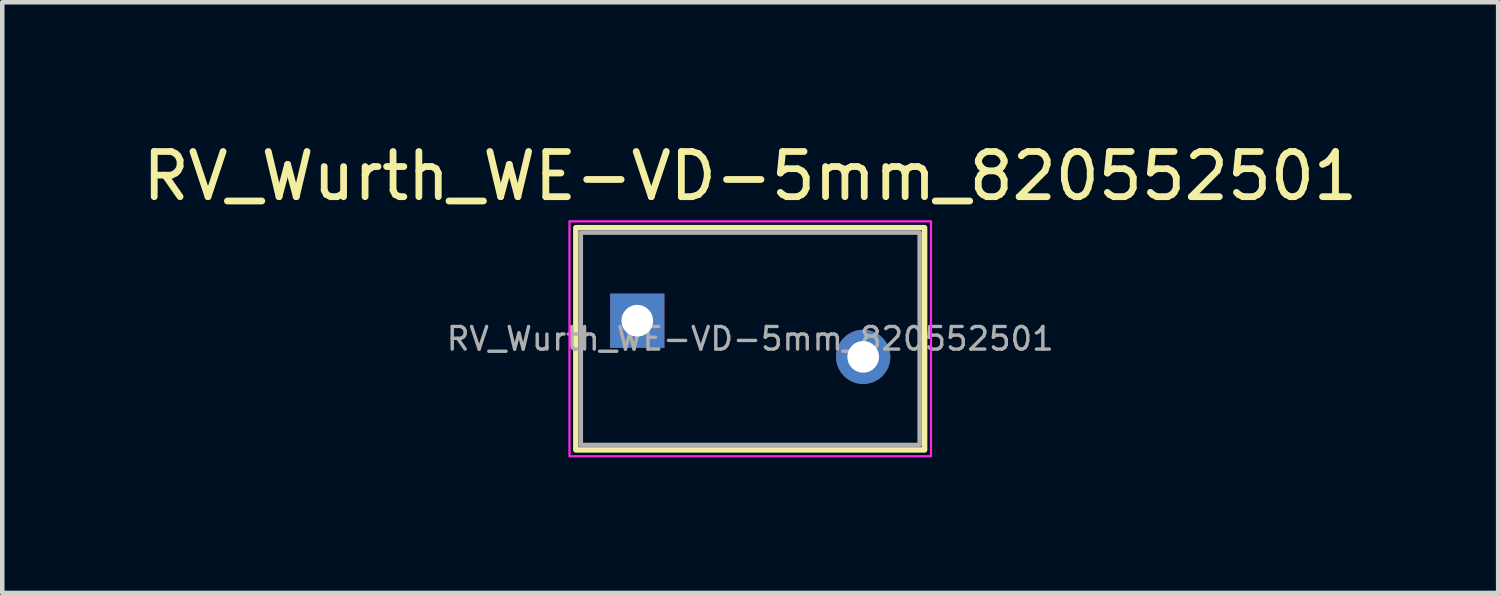
<source format=kicad_pcb>
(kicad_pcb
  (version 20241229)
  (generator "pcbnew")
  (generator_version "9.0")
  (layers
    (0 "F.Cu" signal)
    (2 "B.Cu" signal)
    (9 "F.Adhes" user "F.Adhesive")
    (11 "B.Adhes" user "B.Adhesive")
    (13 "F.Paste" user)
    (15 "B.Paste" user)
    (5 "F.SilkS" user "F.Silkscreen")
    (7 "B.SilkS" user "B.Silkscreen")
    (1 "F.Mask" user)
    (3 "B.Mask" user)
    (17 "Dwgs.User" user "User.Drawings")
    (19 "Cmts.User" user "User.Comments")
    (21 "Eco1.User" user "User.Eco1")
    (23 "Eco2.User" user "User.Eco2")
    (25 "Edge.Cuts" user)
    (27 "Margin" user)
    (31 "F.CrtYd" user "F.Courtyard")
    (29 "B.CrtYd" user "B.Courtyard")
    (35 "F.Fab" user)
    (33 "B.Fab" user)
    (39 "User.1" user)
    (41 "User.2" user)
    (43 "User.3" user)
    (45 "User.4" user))
  (footprint "RV_Wurth_WE-VD-5mm_820552501"
    (layer "F.Cu")
    (at 11.054 4.048)
    (property "Reference" "RV_Wurth_WE-VD-5mm_820552501" (at 2.5 -3.2 0) (unlocked yes) (layer "F.SilkS") (effects (font (size 1 1) (thickness 0.15))))
    (attr through_hole)
    (fp_rect (start -1.36 -2.06) (end 6.36 2.86) (stroke (width 0.12) (type solid)) (fill no) (layer "F.SilkS"))
    (fp_rect (start -1.5 -2.2) (end 6.5 3) (stroke (width 0.05) (type solid)) (fill no) (layer "F.CrtYd"))
    (fp_rect (start -1.25 -1.95) (end 6.25 2.75) (stroke (width 0.1) (type solid)) (fill no) (layer "F.Fab"))
    (fp_text user "${REFERENCE}" (at 2.5 0.4 0) (unlocked yes) (layer "F.Fab") (effects (font (size 0.5 0.5) (thickness 0.075))))
    (pad "1" thru_hole rect (at 0 0) (size 1.2 1.2) (drill 0.7) (layers "*.Cu" "*.Mask"))
    (pad "2" thru_hole circle (at 5 0.8) (size 1.2 1.2) (drill 0.7) (layers "*.Cu" "*.Mask")))
  (gr_rect
    (start -3 -3)
    (end 30.107 10.073)
    (stroke (width 0.1) (type default))
    (fill no)
    (layer "Edge.Cuts")))
</source>
